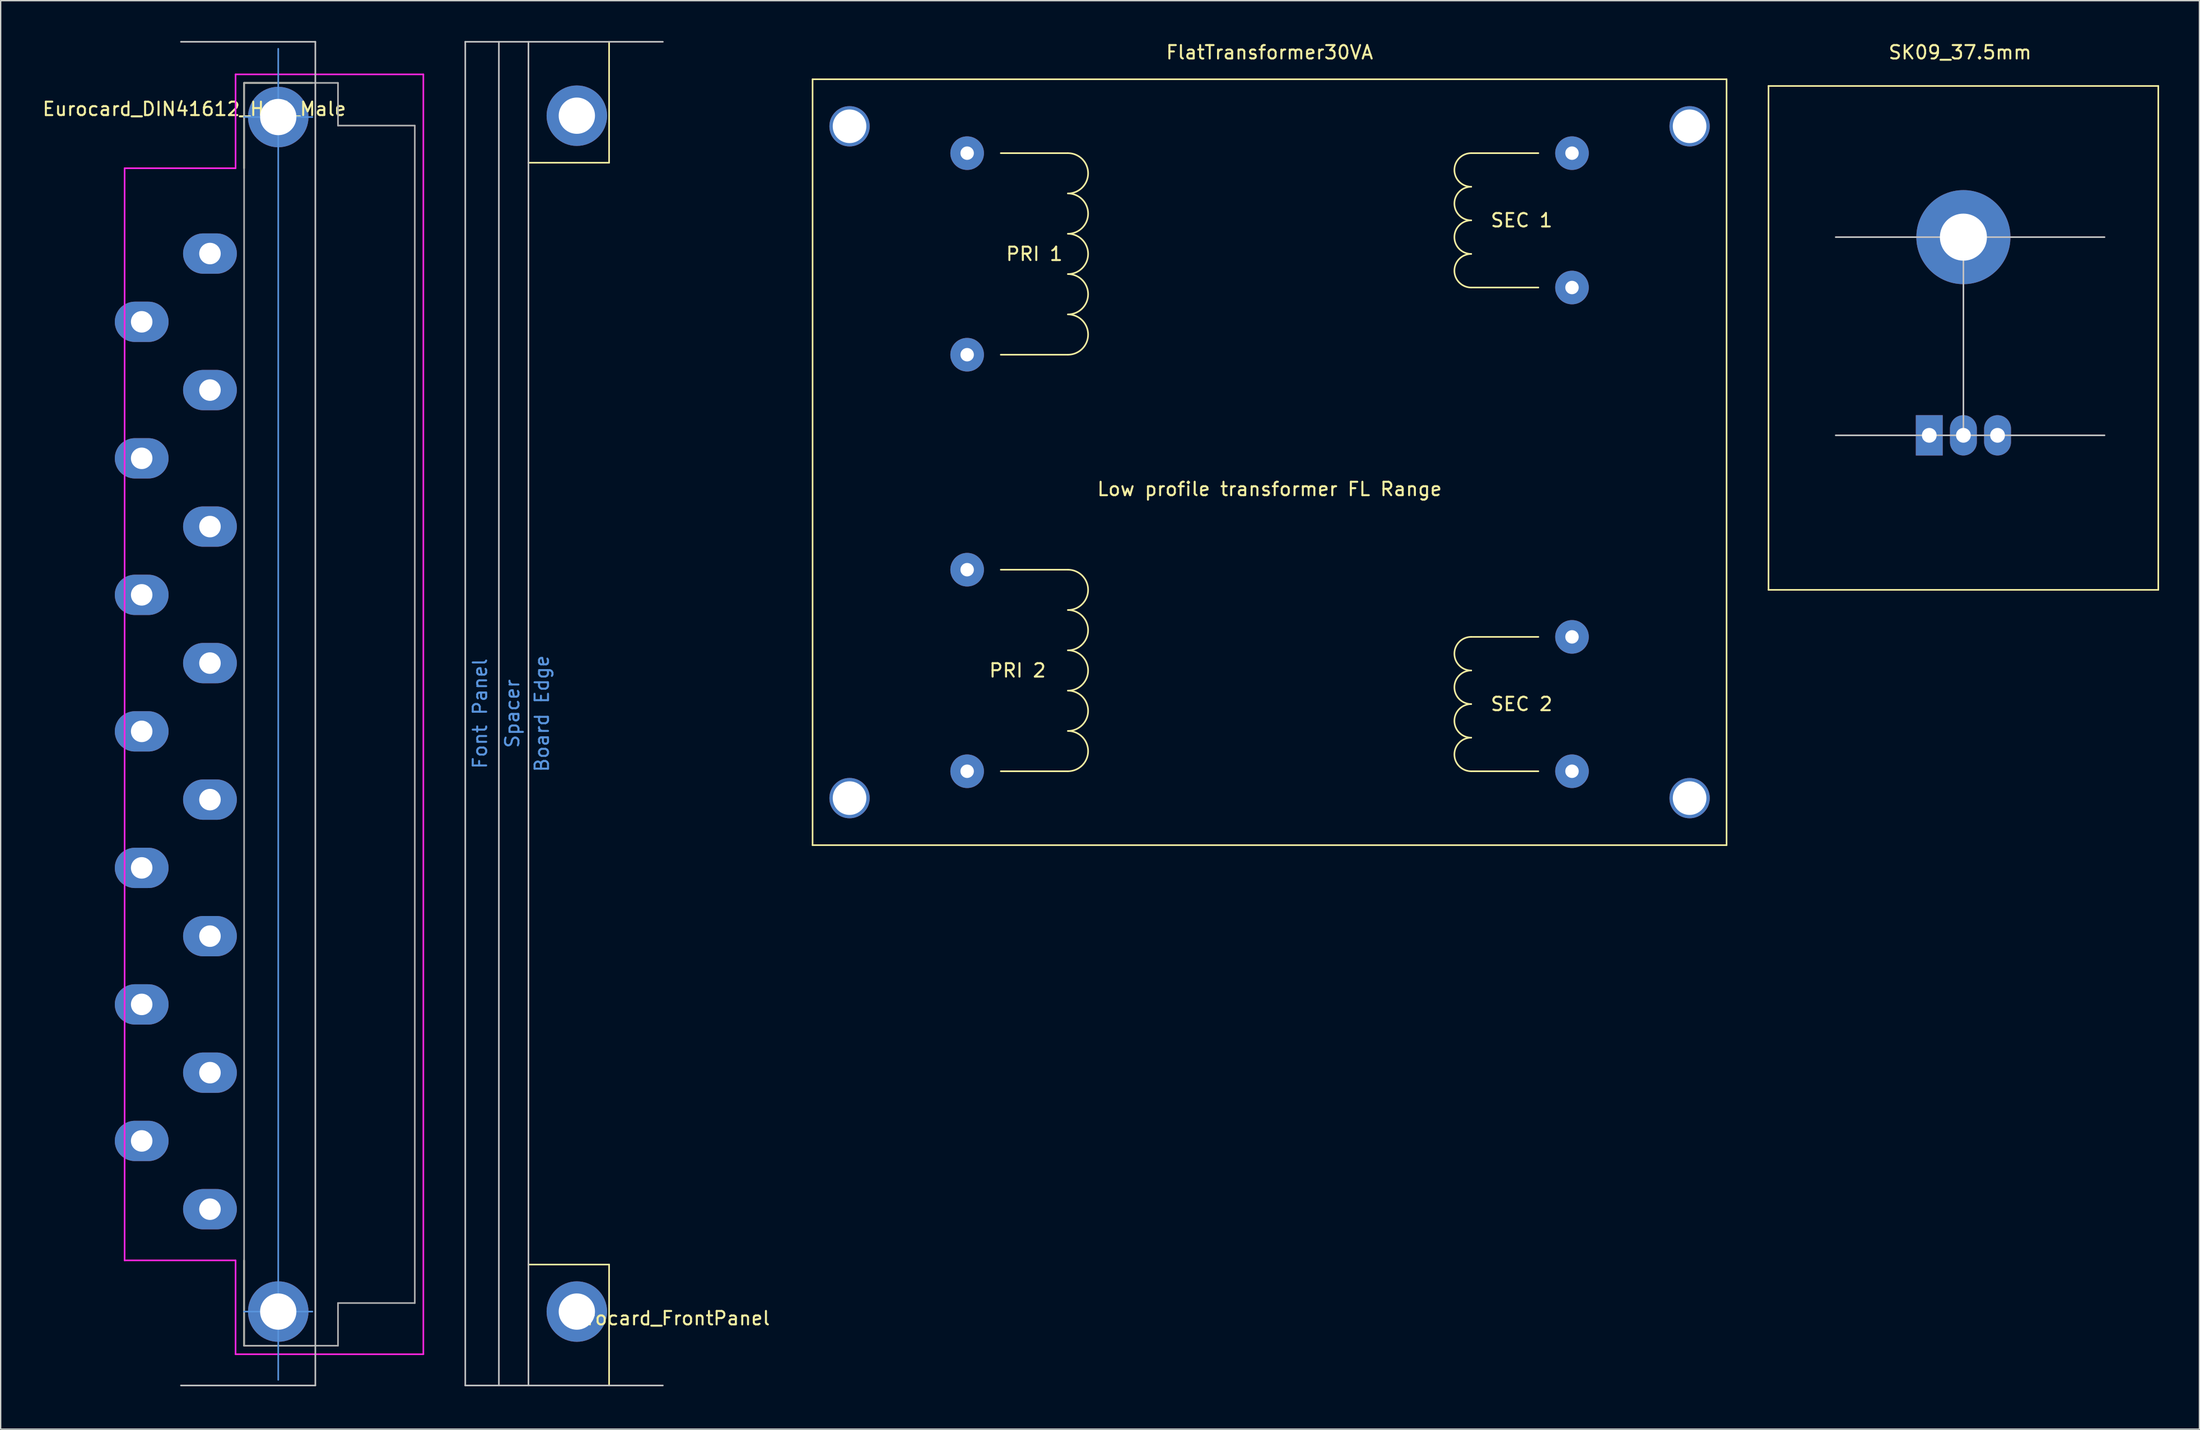
<source format=kicad_pcb>
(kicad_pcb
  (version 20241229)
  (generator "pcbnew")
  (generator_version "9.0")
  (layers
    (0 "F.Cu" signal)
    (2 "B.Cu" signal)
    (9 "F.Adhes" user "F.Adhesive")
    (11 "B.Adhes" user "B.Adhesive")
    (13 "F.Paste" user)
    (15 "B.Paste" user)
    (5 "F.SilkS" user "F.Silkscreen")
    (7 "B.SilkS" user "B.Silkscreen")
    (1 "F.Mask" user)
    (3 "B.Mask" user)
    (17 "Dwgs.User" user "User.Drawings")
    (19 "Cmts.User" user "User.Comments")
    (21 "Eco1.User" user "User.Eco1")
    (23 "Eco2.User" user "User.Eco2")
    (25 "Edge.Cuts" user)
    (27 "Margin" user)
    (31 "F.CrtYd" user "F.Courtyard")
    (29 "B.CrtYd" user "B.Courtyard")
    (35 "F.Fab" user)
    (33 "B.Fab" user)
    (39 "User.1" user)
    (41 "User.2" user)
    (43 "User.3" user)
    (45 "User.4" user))
  (footprint "FlatTransformer30VA"
    (layer "F.Cu")
    (at 68.905 8.348)
    (property "Reference" "FlatTransformer30VA" (at 22.5 -7.5 0) (layer "F.SilkS") (effects (font (size 1 1) (thickness 0.15))))
    (attr through_hole)
    (fp_line (start -11.5 -5.5) (end -11.5 51.5) (stroke (width 0.12) (type solid)) (layer "F.SilkS"))
    (fp_line (start -11.5 -5.5) (end 56.5 -5.5) (stroke (width 0.12) (type solid)) (layer "F.SilkS"))
    (fp_line (start 7.5 0) (end 2.5 0) (stroke (width 0.12) (type solid)) (layer "F.SilkS"))
    (fp_line (start 7.5 15) (end 2.5 15) (stroke (width 0.12) (type solid)) (layer "F.SilkS"))
    (fp_line (start 7.5 31) (end 2.5 31) (stroke (width 0.12) (type solid)) (layer "F.SilkS"))
    (fp_line (start 7.5 46) (end 2.5 46) (stroke (width 0.12) (type solid)) (layer "F.SilkS"))
    (fp_line (start 37.5 0) (end 42.5 0) (stroke (width 0.12) (type solid)) (layer "F.SilkS"))
    (fp_line (start 37.5 10) (end 42.5 10) (stroke (width 0.12) (type solid)) (layer "F.SilkS"))
    (fp_line (start 37.5 36) (end 42.5 36) (stroke (width 0.12) (type solid)) (layer "F.SilkS"))
    (fp_line (start 37.5 46) (end 42.5 46) (stroke (width 0.12) (type solid)) (layer "F.SilkS"))
    (fp_line (start 56.5 -5.5) (end 56.5 51.5) (stroke (width 0.12) (type solid)) (layer "F.SilkS"))
    (fp_line (start 56.5 51.5) (end -11.5 51.5) (stroke (width 0.12) (type solid)) (layer "F.SilkS"))
    (fp_arc (start 7.5 0) (mid 9 1.5) (end 7.5 3) (stroke (width 0.12) (type solid)) (layer "F.SilkS"))
    (fp_arc (start 7.5 3) (mid 9 4.5) (end 7.5 6) (stroke (width 0.12) (type solid)) (layer "F.SilkS"))
    (fp_arc (start 7.5 6) (mid 9 7.5) (end 7.5 9) (stroke (width 0.12) (type solid)) (layer "F.SilkS"))
    (fp_arc (start 7.5 9) (mid 9 10.5) (end 7.5 12) (stroke (width 0.12) (type solid)) (layer "F.SilkS"))
    (fp_arc (start 7.5 12) (mid 9 13.5) (end 7.5 15) (stroke (width 0.12) (type solid)) (layer "F.SilkS"))
    (fp_arc (start 7.5 31) (mid 9 32.5) (end 7.5 34) (stroke (width 0.12) (type solid)) (layer "F.SilkS"))
    (fp_arc (start 7.5 34) (mid 9 35.5) (end 7.5 37) (stroke (width 0.12) (type solid)) (layer "F.SilkS"))
    (fp_arc (start 7.5 37) (mid 9 38.5) (end 7.5 40) (stroke (width 0.12) (type solid)) (layer "F.SilkS"))
    (fp_arc (start 7.5 40) (mid 9 41.5) (end 7.5 43) (stroke (width 0.12) (type solid)) (layer "F.SilkS"))
    (fp_arc (start 7.5 43) (mid 9 44.5) (end 7.5 46) (stroke (width 0.12) (type solid)) (layer "F.SilkS"))
    (fp_arc (start 37.5 2.5) (mid 36.25 1.25) (end 37.5 0) (stroke (width 0.12) (type solid)) (layer "F.SilkS"))
    (fp_arc (start 37.5 5) (mid 36.25 3.75) (end 37.5 2.5) (stroke (width 0.12) (type solid)) (layer "F.SilkS"))
    (fp_arc (start 37.5 7.5) (mid 36.25 6.25) (end 37.5 5) (stroke (width 0.12) (type solid)) (layer "F.SilkS"))
    (fp_arc (start 37.5 10) (mid 36.25 8.75) (end 37.5 7.5) (stroke (width 0.12) (type solid)) (layer "F.SilkS"))
    (fp_arc (start 37.5 38.5) (mid 36.25 37.25) (end 37.5 36) (stroke (width 0.12) (type solid)) (layer "F.SilkS"))
    (fp_arc (start 37.5 41) (mid 36.25 39.75) (end 37.5 38.5) (stroke (width 0.12) (type solid)) (layer "F.SilkS"))
    (fp_arc (start 37.5 43.5) (mid 36.25 42.25) (end 37.5 41) (stroke (width 0.12) (type solid)) (layer "F.SilkS"))
    (fp_arc (start 37.5 46) (mid 36.25 44.75) (end 37.5 43.5) (stroke (width 0.12) (type solid)) (layer "F.SilkS"))
    (fp_text user "SEC 1" (at 41.25 5 0) (layer "F.SilkS") (effects (font (size 1 1) (thickness 0.15))))
    (fp_text user "PRI 1" (at 5 7.5 0) (layer "F.SilkS") (effects (font (size 1 1) (thickness 0.15))))
    (fp_text user "Low profile transformer FL Range" (at 22.5 25 0) (layer "F.SilkS") (effects (font (size 1 1) (thickness 0.15))))
    (fp_text user "SEC 2" (at 41.25 41 0) (layer "F.SilkS") (effects (font (size 1 1) (thickness 0.15))))
    (fp_text user "PRI 2" (at 3.75 38.5 0) (layer "F.SilkS") (effects (font (size 1 1) (thickness 0.15))))
    (pad "" np_thru_hole circle (at -8.75 -2) (size 3 3) (drill 2.5) (layers "*.Cu" "*.Mask"))
    (pad "" np_thru_hole circle (at -8.75 48) (size 3 3) (drill 2.5) (layers "*.Cu" "*.Mask"))
    (pad "" np_thru_hole circle (at 53.75 -2) (size 3 3) (drill 2.5) (layers "*.Cu" "*.Mask"))
    (pad "" np_thru_hole circle (at 53.75 48) (size 3 3) (drill 2.5) (layers "*.Cu" "*.Mask"))
    (pad "1" thru_hole circle (at 0 0) (size 2.5 2.5) (drill 1) (layers "*.Cu" "*.Mask"))
    (pad "2" thru_hole circle (at 0 15) (size 2.5 2.5) (drill 1) (layers "*.Cu" "*.Mask"))
    (pad "3" thru_hole circle (at 0 31) (size 2.5 2.5) (drill 1) (layers "*.Cu" "*.Mask"))
    (pad "4" thru_hole circle (at 0 46) (size 2.5 2.5) (drill 1) (layers "*.Cu" "*.Mask"))
    (pad "5" thru_hole circle (at 45 46) (size 2.5 2.5) (drill 1) (layers "*.Cu" "*.Mask"))
    (pad "6" thru_hole circle (at 45 36) (size 2.5 2.5) (drill 1) (layers "*.Cu" "*.Mask"))
    (pad "7" thru_hole circle (at 45 10) (size 2.5 2.5) (drill 1) (layers "*.Cu" "*.Mask"))
    (pad "8" thru_hole circle (at 45 0) (size 2.5 2.5) (drill 1) (layers "*.Cu" "*.Mask")))
  (footprint "Eurocard_DIN41612_H15_Male"
    (layer "F.Cu")
    (at 20.411 100.06)
    (property "Reference" "Eurocard_DIN41612_H15_Male" (at -9 -95 180) (layer "F.SilkS") (effects (font (size 1 1) (thickness 0.15))))
    (attr through_hole)
    (fp_line (start -5.3 -96.94) (end -0.22 -96.94) (stroke (width 0.12) (type solid)) (layer "F.SilkS"))
    (fp_line (start -5.3 -90.59) (end -5.3 -96.94) (stroke (width 0.12) (type solid)) (layer "F.SilkS"))
    (fp_line (start -5.3 -9.31) (end -5.3 -2.96) (stroke (width 0.12) (type solid)) (layer "F.SilkS"))
    (fp_line (start -5.3 -2.96) (end -0.22 -2.96) (stroke (width 0.12) (type solid)) (layer "F.SilkS"))
    (fp_line (start -10 0) (end 0 0) (stroke (width 0.12) (type solid)) (layer "Dwgs.User"))
    (fp_line (start 0 -100) (end -10 -100) (stroke (width 0.12) (type solid)) (layer "Dwgs.User"))
    (fp_line (start 0 0) (end 0 -100) (stroke (width 0.12) (type solid)) (layer "Dwgs.User"))
    (fp_line (start -5.3 -5.5) (end -0.22 -5.5) (stroke (width 0.12) (type solid)) (layer "Cmts.User"))
    (fp_line (start -2.76 -0.42) (end -2.76 -99.48) (stroke (width 0.12) (type solid)) (layer "Cmts.User"))
    (fp_line (start -0.22 -94.4) (end -5.3 -94.4) (stroke (width 0.12) (type solid)) (layer "Cmts.User"))
    (fp_line (start -14.19 -90.59) (end -5.935 -90.59) (stroke (width 0.12) (type solid)) (layer "F.CrtYd"))
    (fp_line (start -14.19 -9.31) (end -14.19 -90.59) (stroke (width 0.12) (type solid)) (layer "F.CrtYd"))
    (fp_line (start -5.935 -97.575) (end 8.035 -97.575) (stroke (width 0.12) (type solid)) (layer "F.CrtYd"))
    (fp_line (start -5.935 -90.59) (end -5.935 -97.575) (stroke (width 0.12) (type solid)) (layer "F.CrtYd"))
    (fp_line (start -5.935 -9.31) (end -14.19 -9.31) (stroke (width 0.12) (type solid)) (layer "F.CrtYd"))
    (fp_line (start -5.935 -2.325) (end -5.935 -9.31) (stroke (width 0.12) (type solid)) (layer "F.CrtYd"))
    (fp_line (start 8.035 -97.575) (end 8.035 -2.325) (stroke (width 0.12) (type solid)) (layer "F.CrtYd"))
    (fp_line (start 8.035 -2.325) (end -5.935 -2.325) (stroke (width 0.12) (type solid)) (layer "F.CrtYd"))
    (fp_line (start -5.3 -96.94) (end -5.3 -2.96) (stroke (width 0.12) (type solid)) (layer "F.Fab"))
    (fp_line (start -5.3 -96.94) (end 1.685 -96.94) (stroke (width 0.12) (type solid)) (layer "F.Fab"))
    (fp_line (start -5.3 -2.96) (end 1.685 -2.96) (stroke (width 0.12) (type solid)) (layer "F.Fab"))
    (fp_line (start 1.685 -96.94) (end 1.685 -93.765) (stroke (width 0.12) (type solid)) (layer "F.Fab"))
    (fp_line (start 1.685 -93.765) (end 7.4 -93.765) (stroke (width 0.12) (type solid)) (layer "F.Fab"))
    (fp_line (start 1.685 -2.96) (end 1.685 -6.135) (stroke (width 0.12) (type solid)) (layer "F.Fab"))
    (fp_line (start 7.4 -93.765) (end 7.4 -6.135) (stroke (width 0.12) (type solid)) (layer "F.Fab"))
    (fp_line (start 7.4 -6.135) (end 1.685 -6.135) (stroke (width 0.12) (type solid)) (layer "F.Fab"))
    (pad "" np_thru_hole circle (at -2.76 -94.4) (size 4.5 4.5) (drill 2.7) (layers "*.Cu" "*.Mask"))
    (pad "" np_thru_hole circle (at -2.76 -5.5) (size 4.5 4.5) (drill 2.7) (layers "*.Cu" "*.Mask"))
    (pad "4" thru_hole oval (at -7.84 -84.24) (size 4 3) (drill 1.6) (layers "*.Cu" "*.Mask"))
    (pad "6" thru_hole oval (at -12.92 -79.16) (size 4 3) (drill 1.6) (layers "*.Cu" "*.Mask"))
    (pad "8" thru_hole oval (at -7.84 -74.08) (size 4 3) (drill 1.6) (layers "*.Cu" "*.Mask"))
    (pad "10" thru_hole oval (at -12.92 -69) (size 4 3) (drill 1.6) (layers "*.Cu" "*.Mask"))
    (pad "12" thru_hole oval (at -7.84 -63.92) (size 4 3) (drill 1.6) (layers "*.Cu" "*.Mask"))
    (pad "14" thru_hole oval (at -12.92 -58.84) (size 4 3) (drill 1.6) (layers "*.Cu" "*.Mask"))
    (pad "16" thru_hole oval (at -7.84 -53.76) (size 4 3) (drill 1.6) (layers "*.Cu" "*.Mask"))
    (pad "18" thru_hole oval (at -12.92 -48.68) (size 4 3) (drill 1.6) (layers "*.Cu" "*.Mask"))
    (pad "20" thru_hole oval (at -7.84 -43.6) (size 4 3) (drill 1.6) (layers "*.Cu" "*.Mask"))
    (pad "22" thru_hole oval (at -12.92 -38.52) (size 4 3) (drill 1.6) (layers "*.Cu" "*.Mask"))
    (pad "24" thru_hole oval (at -7.84 -33.44) (size 4 3) (drill 1.6) (layers "*.Cu" "*.Mask"))
    (pad "26" thru_hole oval (at -12.92 -28.36) (size 4 3) (drill 1.6) (layers "*.Cu" "*.Mask"))
    (pad "28" thru_hole oval (at -7.84 -23.28) (size 4 3) (drill 1.6) (layers "*.Cu" "*.Mask"))
    (pad "30" thru_hole oval (at -12.92 -18.2) (size 4 3) (drill 1.6) (layers "*.Cu" "*.Mask"))
    (pad "32" thru_hole oval (at -7.84 -13.12) (size 4 3) (drill 1.6) (layers "*.Cu" "*.Mask")))
  (footprint "Eurocard_FrontPanel"
    (layer "F.Cu")
    (at 36.266 100.06)
    (property "Reference" "Eurocard_FrontPanel" (at 10.24 -5 0) (layer "F.SilkS") (effects (font (size 1 1) (thickness 0.15))))
    (attr through_hole)
    (fp_line (start 6 -100) (end 6 -91) (stroke (width 0.12) (type solid)) (layer "F.SilkS"))
    (fp_line (start 6 -91) (end 0 -91) (stroke (width 0.12) (type solid)) (layer "F.SilkS"))
    (fp_line (start 6 -9) (end 0 -9) (stroke (width 0.12) (type solid)) (layer "F.SilkS"))
    (fp_line (start 6 0) (end 6 -9) (stroke (width 0.12) (type solid)) (layer "F.SilkS"))
    (fp_line (start -4.7 -100) (end 0 -100) (stroke (width 0.12) (type solid)) (layer "Dwgs.User"))
    (fp_line (start -4.7 0) (end -4.7 -100) (stroke (width 0.12) (type solid)) (layer "Dwgs.User"))
    (fp_line (start -2.2 0) (end -2.2 -100) (stroke (width 0.12) (type solid)) (layer "Dwgs.User"))
    (fp_line (start 0 -100) (end 0 0) (stroke (width 0.12) (type solid)) (layer "Dwgs.User"))
    (fp_line (start 0 -100) (end 10 -100) (stroke (width 0.12) (type solid)) (layer "Dwgs.User"))
    (fp_line (start 0 0) (end -4.7 0) (stroke (width 0.12) (type solid)) (layer "Dwgs.User"))
    (fp_line (start 0 0) (end 10 0) (stroke (width 0.12) (type solid)) (layer "Dwgs.User"))
    (fp_text user "Spacer" (at -1.2 -50 90) (layer "Cmts.User") (effects (font (size 1 1) (thickness 0.15))))
    (fp_text user "Board Edge" (at 1 -50 90) (layer "Cmts.User") (effects (font (size 1 1) (thickness 0.15))))
    (fp_text user "Font Panel" (at -3.6 -50 90) (layer "Cmts.User") (effects (font (size 1 1) (thickness 0.15))))
    (pad "" np_thru_hole circle (at 3.6 -94.5) (size 4.5 4.5) (drill 2.7) (layers "*.Cu" "*.Mask"))
    (pad "" np_thru_hole circle (at 3.6 -5.5) (size 4.5 4.5) (drill 2.7) (layers "*.Cu" "*.Mask")))
  (footprint "SK09_37.5mm"
    (layer "F.Cu")
    (at 143.025 29.348)
    (property "Reference" "SK09_37.5mm" (at -0.25 -28.5 0) (layer "F.SilkS") (effects (font (size 1 1) (thickness 0.15))))
    (attr through_hole)
    (fp_line (start -14.5 -26) (end -14.5 11.5) (stroke (width 0.12) (type solid)) (layer "F.SilkS"))
    (fp_line (start -14.5 11.5) (end 14.5 11.5) (stroke (width 0.12) (type solid)) (layer "F.SilkS"))
    (fp_line (start 14.5 -26) (end -14.5 -26) (stroke (width 0.12) (type solid)) (layer "F.SilkS"))
    (fp_line (start 14.5 11.5) (end 14.5 -26) (stroke (width 0.12) (type solid)) (layer "F.SilkS"))
    (fp_line (start -9.5 -14.75) (end 10.5 -14.75) (stroke (width 0.12) (type solid)) (layer "Dwgs.User"))
    (fp_line (start -9.5 0) (end 10.5 0) (stroke (width 0.12) (type solid)) (layer "Dwgs.User"))
    (fp_line (start 0 -14.75) (end 0 0) (stroke (width 0.12) (type solid)) (layer "Dwgs.User"))
    (pad "" np_thru_hole circle (at 0 -14.75) (size 7 7) (drill 3.5) (layers "*.Cu" "*.Mask"))
    (pad "1" thru_hole rect (at -2.54 0) (size 2 3) (drill 1.1) (layers "*.Cu" "*.Mask"))
    (pad "2" thru_hole oval (at 0 0) (size 2 3) (drill 1.1) (layers "*.Cu" "*.Mask"))
    (pad "3" thru_hole oval (at 2.54 0) (size 2 3) (drill 1.1) (layers "*.Cu" "*.Mask")))
  (gr_rect
    (start -3 -3)
    (end 160.585 103.31)
    (stroke (width 0.1) (type default))
    (fill no)
    (layer "Edge.Cuts")))
</source>
